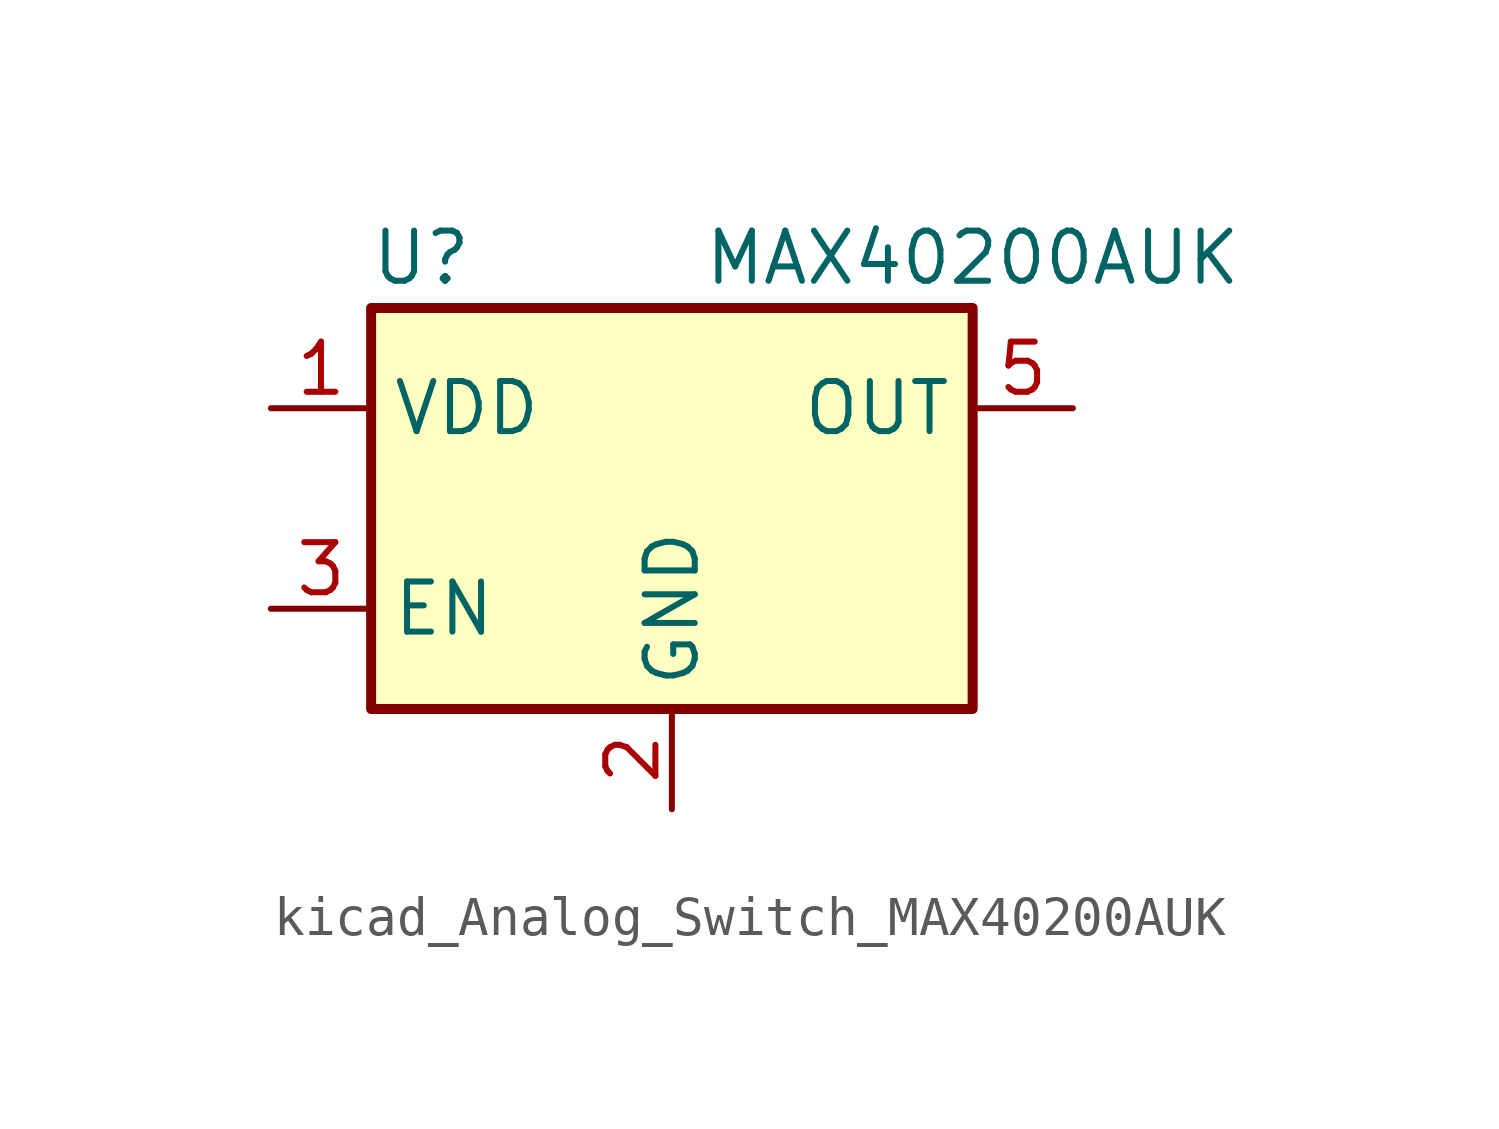
<source format=kicad_sym>
(kicad_symbol_lib
  (version 20220914)
  (generator kicad_symbol_editor)
  (symbol "kicad_Analog_Switch_MAX40200AUK"
    (property "Reference" "U"
      (at -6.35 6.35 0)
      (effects (font (size 1.27 1.27))))
    (property "Value" "MAX40200AUK"
      (at 7.62 6.35 0)
      (effects (font (size 1.27 1.27))))
    (symbol "kicad_Analog_Switch_MAX40200AUK_1_1"
      (rectangle (start -7.62 -5.08) (end 7.62 5.08) (stroke (width 0.254) (type default)) (fill (type background)))
      (pin power_in line (at -10.16 2.54 0) (length 2.54) (name "VDD" (effects (font (size 1.27 1.27)))) (number "1" (effects (font (size 1.27 1.27)))))
      (pin power_in line (at 0 -7.62 90) (length 2.54) (name "GND" (effects (font (size 1.27 1.27)))) (number "2" (effects (font (size 1.27 1.27)))))
      (pin input line (at -10.16 -2.54 0) (length 2.54) (name "EN" (effects (font (size 1.27 1.27)))) (number "3" (effects (font (size 1.27 1.27)))))
      (pin no_connect line (at 7.62 -2.54 180) (length 2.54) hide (name "NC" (effects (font (size 1.27 1.27)))) (number "4" (effects (font (size 1.27 1.27)))))
      (pin passive line (at 10.16 2.54 180) (length 2.54) (name "OUT" (effects (font (size 1.27 1.27)))) (number "5" (effects (font (size 1.27 1.27))))))))
</source>
